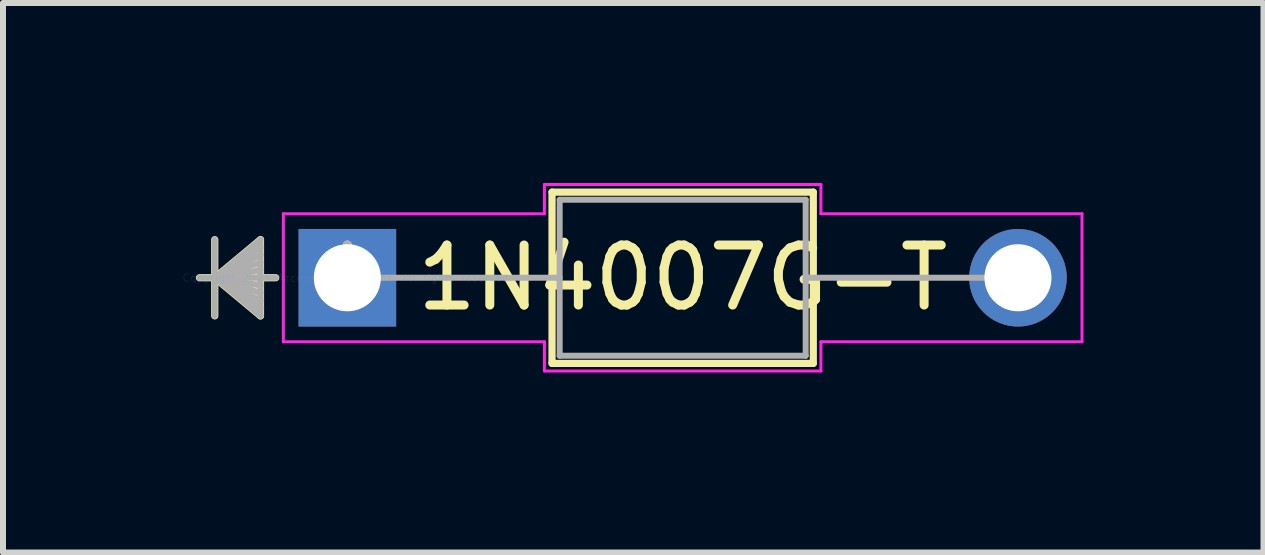
<source format=kicad_pcb>
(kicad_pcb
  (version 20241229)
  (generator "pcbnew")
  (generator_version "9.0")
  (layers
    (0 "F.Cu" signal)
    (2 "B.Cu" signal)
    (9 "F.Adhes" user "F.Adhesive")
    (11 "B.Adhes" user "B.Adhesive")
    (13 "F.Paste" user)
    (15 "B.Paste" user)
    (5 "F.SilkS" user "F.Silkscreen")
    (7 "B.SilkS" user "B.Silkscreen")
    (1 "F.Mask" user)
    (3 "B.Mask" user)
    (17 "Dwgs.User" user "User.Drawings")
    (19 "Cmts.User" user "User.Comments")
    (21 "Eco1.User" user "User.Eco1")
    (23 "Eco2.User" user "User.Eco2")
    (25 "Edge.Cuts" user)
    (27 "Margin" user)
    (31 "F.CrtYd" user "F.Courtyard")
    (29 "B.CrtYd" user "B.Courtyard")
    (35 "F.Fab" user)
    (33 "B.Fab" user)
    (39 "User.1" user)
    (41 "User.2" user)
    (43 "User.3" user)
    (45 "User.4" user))
  (footprint "1N4007G-T"
    (layer "F.Cu")
    (at 2.739 1.579)
    (property "Reference" "1N4007G-T" (at 5.588 0 0) (layer "F.SilkS") (effects (font (size 1 1) (thickness 0.15))))
    (attr through_hole)
    (fp_line (start -2.21 -0.635) (end -2.21 0.635) (stroke (width 0.12) (type solid)) (layer "F.SilkS"))
    (fp_line (start -2.21 0) (end -1.448 -0.635) (stroke (width 0.12) (type solid)) (layer "F.SilkS"))
    (fp_line (start -2.21 0) (end -1.448 -0.508) (stroke (width 0.12) (type solid)) (layer "F.SilkS"))
    (fp_line (start -2.21 0) (end -1.448 -0.381) (stroke (width 0.12) (type solid)) (layer "F.SilkS"))
    (fp_line (start -2.21 0) (end -1.448 -0.254) (stroke (width 0.12) (type solid)) (layer "F.SilkS"))
    (fp_line (start -2.21 0) (end -1.448 -0.127) (stroke (width 0.12) (type solid)) (layer "F.SilkS"))
    (fp_line (start -2.21 0) (end -1.448 0.127) (stroke (width 0.12) (type solid)) (layer "F.SilkS"))
    (fp_line (start -2.21 0) (end -1.448 0.254) (stroke (width 0.12) (type solid)) (layer "F.SilkS"))
    (fp_line (start -2.21 0) (end -1.448 0.381) (stroke (width 0.12) (type solid)) (layer "F.SilkS"))
    (fp_line (start -2.21 0) (end -1.448 0.508) (stroke (width 0.12) (type solid)) (layer "F.SilkS"))
    (fp_line (start -2.21 0) (end -1.448 0.635) (stroke (width 0.12) (type solid)) (layer "F.SilkS"))
    (fp_line (start -1.448 -0.635) (end -1.448 0.635) (stroke (width 0.12) (type solid)) (layer "F.SilkS"))
    (fp_line (start -1.194 0) (end -2.464 0) (stroke (width 0.12) (type solid)) (layer "F.SilkS"))
    (fp_line (start 3.411 -1.427) (end 3.411 1.427) (stroke (width 0.12) (type solid)) (layer "F.SilkS"))
    (fp_line (start 3.411 1.427) (end 7.765 1.427) (stroke (width 0.12) (type solid)) (layer "F.SilkS"))
    (fp_line (start 7.765 -1.427) (end 3.411 -1.427) (stroke (width 0.12) (type solid)) (layer "F.SilkS"))
    (fp_line (start 7.765 1.427) (end 7.765 -1.427) (stroke (width 0.12) (type solid)) (layer "F.SilkS"))
    (fp_line (start -1.067 -1.067) (end 3.284 -1.067) (stroke (width 0.05) (type solid)) (layer "F.CrtYd"))
    (fp_line (start -1.067 1.067) (end -1.067 -1.067) (stroke (width 0.05) (type solid)) (layer "F.CrtYd"))
    (fp_line (start 3.284 -1.554) (end 7.892 -1.554) (stroke (width 0.05) (type solid)) (layer "F.CrtYd"))
    (fp_line (start 3.284 -1.067) (end 3.284 -1.554) (stroke (width 0.05) (type solid)) (layer "F.CrtYd"))
    (fp_line (start 3.284 1.067) (end -1.067 1.067) (stroke (width 0.05) (type solid)) (layer "F.CrtYd"))
    (fp_line (start 3.284 1.554) (end 3.284 1.067) (stroke (width 0.05) (type solid)) (layer "F.CrtYd"))
    (fp_line (start 7.892 -1.554) (end 7.892 -1.067) (stroke (width 0.05) (type solid)) (layer "F.CrtYd"))
    (fp_line (start 7.892 -1.067) (end 12.243 -1.067) (stroke (width 0.05) (type solid)) (layer "F.CrtYd"))
    (fp_line (start 7.892 1.067) (end 7.892 1.554) (stroke (width 0.05) (type solid)) (layer "F.CrtYd"))
    (fp_line (start 7.892 1.554) (end 3.284 1.554) (stroke (width 0.05) (type solid)) (layer "F.CrtYd"))
    (fp_line (start 12.243 -1.067) (end 12.243 1.067) (stroke (width 0.05) (type solid)) (layer "F.CrtYd"))
    (fp_line (start 12.243 1.067) (end 7.892 1.067) (stroke (width 0.05) (type solid)) (layer "F.CrtYd"))
    (fp_line (start -2.21 -0.635) (end -2.21 0.635) (stroke (width 0.1) (type solid)) (layer "F.Fab"))
    (fp_line (start -2.21 0) (end -1.448 -0.635) (stroke (width 0.1) (type solid)) (layer "F.Fab"))
    (fp_line (start -2.21 0) (end -1.448 -0.508) (stroke (width 0.1) (type solid)) (layer "F.Fab"))
    (fp_line (start -2.21 0) (end -1.448 -0.381) (stroke (width 0.1) (type solid)) (layer "F.Fab"))
    (fp_line (start -2.21 0) (end -1.448 -0.254) (stroke (width 0.1) (type solid)) (layer "F.Fab"))
    (fp_line (start -2.21 0) (end -1.448 -0.127) (stroke (width 0.1) (type solid)) (layer "F.Fab"))
    (fp_line (start -2.21 0) (end -1.448 0.127) (stroke (width 0.1) (type solid)) (layer "F.Fab"))
    (fp_line (start -2.21 0) (end -1.448 0.254) (stroke (width 0.1) (type solid)) (layer "F.Fab"))
    (fp_line (start -2.21 0) (end -1.448 0.381) (stroke (width 0.1) (type solid)) (layer "F.Fab"))
    (fp_line (start -2.21 0) (end -1.448 0.508) (stroke (width 0.1) (type solid)) (layer "F.Fab"))
    (fp_line (start -2.21 0) (end -1.448 0.635) (stroke (width 0.1) (type solid)) (layer "F.Fab"))
    (fp_line (start -1.448 -0.635) (end -1.448 0.635) (stroke (width 0.1) (type solid)) (layer "F.Fab"))
    (fp_line (start -1.194 0) (end -2.464 0) (stroke (width 0.1) (type solid)) (layer "F.Fab"))
    (fp_line (start 0 0) (end 3.538 0) (stroke (width 0.1) (type solid)) (layer "F.Fab"))
    (fp_line (start 3.538 -1.3) (end 3.538 1.3) (stroke (width 0.1) (type solid)) (layer "F.Fab"))
    (fp_line (start 3.538 1.3) (end 7.638 1.3) (stroke (width 0.1) (type solid)) (layer "F.Fab"))
    (fp_line (start 7.638 -1.3) (end 3.538 -1.3) (stroke (width 0.1) (type solid)) (layer "F.Fab"))
    (fp_line (start 7.638 1.3) (end 7.638 -1.3) (stroke (width 0.1) (type solid)) (layer "F.Fab"))
    (fp_line (start 11.176 0) (end 7.638 0) (stroke (width 0.1) (type solid)) (layer "F.Fab"))
    (fp_text user "*" (at 0 0 0) (layer "F.SilkS") (effects (font (size 1 1) (thickness 0.15))))
    (fp_text user "Copyright 2021 Accelerated Designs. All rights reserved." (at 0 0 0) (layer "Cmts.User") (effects (font (size 0.127 0.127) (thickness 0.002))))
    (fp_text user "*" (at 0 0 0) (layer "F.Fab") (effects (font (size 1 1) (thickness 0.15))))
    (pad "1" thru_hole rect (at 0 0) (size 1.626 1.626) (drill 1.118) (layers "*.Cu" "*.Mask"))
    (pad "2" thru_hole circle (at 11.176 0) (size 1.626 1.626) (drill 1.118) (layers "*.Cu" "*.Mask")))
  (gr_rect
    (start -3 -3)
    (end 18.007 6.158)
    (stroke (width 0.1) (type default))
    (fill no)
    (layer "Edge.Cuts")))
</source>
